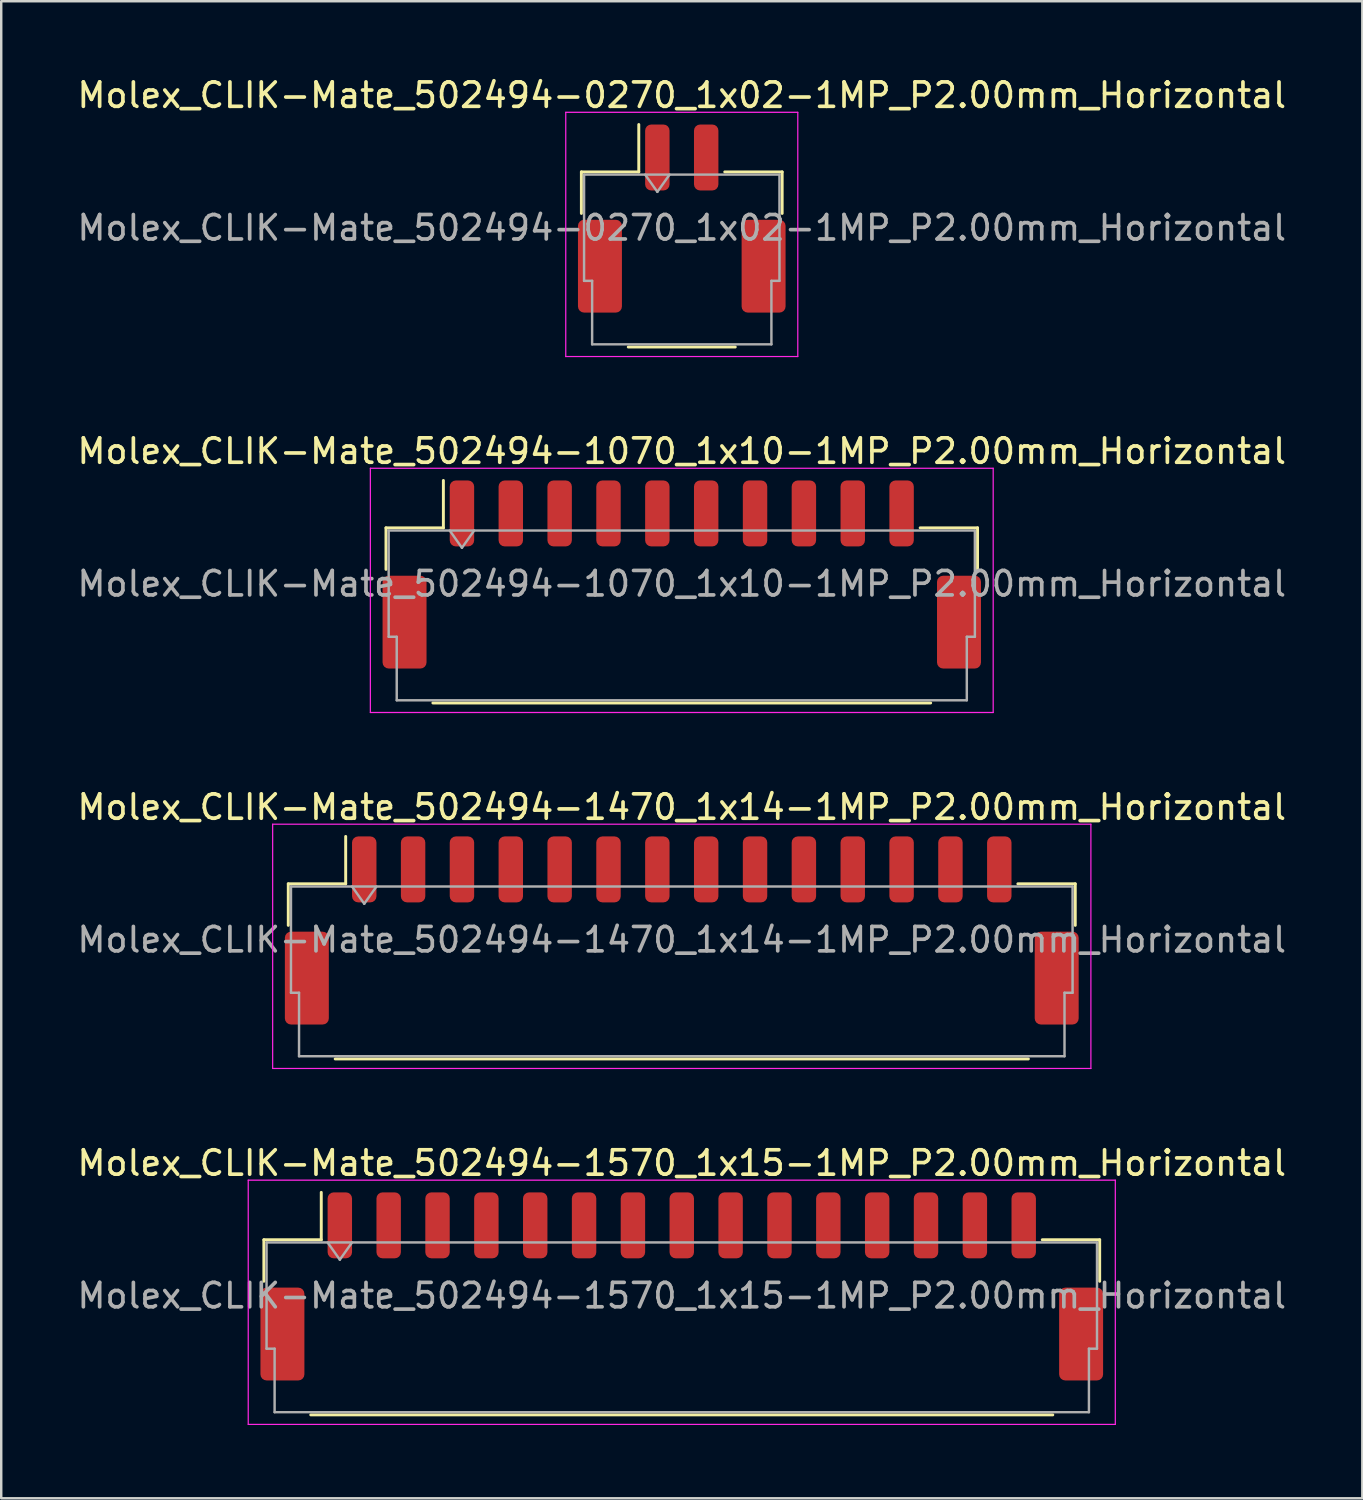
<source format=kicad_pcb>
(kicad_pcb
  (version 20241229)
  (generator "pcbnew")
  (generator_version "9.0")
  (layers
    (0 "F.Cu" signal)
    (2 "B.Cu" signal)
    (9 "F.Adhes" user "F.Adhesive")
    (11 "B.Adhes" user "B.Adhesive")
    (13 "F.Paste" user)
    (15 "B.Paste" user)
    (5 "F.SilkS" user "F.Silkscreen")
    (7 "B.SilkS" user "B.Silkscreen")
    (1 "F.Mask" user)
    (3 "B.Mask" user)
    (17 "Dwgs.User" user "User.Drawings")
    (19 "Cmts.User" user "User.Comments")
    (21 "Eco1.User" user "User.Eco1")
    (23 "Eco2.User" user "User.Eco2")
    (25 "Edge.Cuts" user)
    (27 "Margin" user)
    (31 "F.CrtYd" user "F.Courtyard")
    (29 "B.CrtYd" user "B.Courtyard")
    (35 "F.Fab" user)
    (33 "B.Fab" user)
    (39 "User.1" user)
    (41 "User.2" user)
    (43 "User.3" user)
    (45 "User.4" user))
  (footprint "Molex_CLIK-Mate_502494-1570_1x15-1MP_P2.00mm_Horizontal"
    (layer "F.Cu")
    (at 24.863 49.618)
    (property "Reference" "Molex_CLIK-Mate_502494-1570_1x15-1MP_P2.00mm_Horizontal" (at 0 -5.05 0) (layer "F.SilkS") (effects (font (size 1 1) (thickness 0.15))))
    (attr smd)
    (fp_line (start -17.11 -1.91) (end -14.76 -1.91) (stroke (width 0.12) (type solid)) (layer "F.SilkS"))
    (fp_line (start -17.11 -0.21) (end -17.11 -1.91) (stroke (width 0.12) (type solid)) (layer "F.SilkS"))
    (fp_line (start -15.19 5.26) (end 15.19 5.26) (stroke (width 0.12) (type solid)) (layer "F.SilkS"))
    (fp_line (start -14.76 -1.91) (end -14.76 -3.85) (stroke (width 0.12) (type solid)) (layer "F.SilkS"))
    (fp_line (start 17.11 -1.91) (end 14.76 -1.91) (stroke (width 0.12) (type solid)) (layer "F.SilkS"))
    (fp_line (start 17.11 -0.21) (end 17.11 -1.91) (stroke (width 0.12) (type solid)) (layer "F.SilkS"))
    (fp_line (start -17.75 -4.35) (end -17.75 5.65) (stroke (width 0.05) (type solid)) (layer "F.CrtYd"))
    (fp_line (start -17.75 5.65) (end 17.75 5.65) (stroke (width 0.05) (type solid)) (layer "F.CrtYd"))
    (fp_line (start 17.75 -4.35) (end -17.75 -4.35) (stroke (width 0.05) (type solid)) (layer "F.CrtYd"))
    (fp_line (start 17.75 5.65) (end 17.75 -4.35) (stroke (width 0.05) (type solid)) (layer "F.CrtYd"))
    (fp_line (start -17 -1.8) (end -17 2.55) (stroke (width 0.1) (type solid)) (layer "F.Fab"))
    (fp_line (start -17 -1.8) (end 17 -1.8) (stroke (width 0.1) (type solid)) (layer "F.Fab"))
    (fp_line (start -17 2.55) (end -16.67 2.55) (stroke (width 0.1) (type solid)) (layer "F.Fab"))
    (fp_line (start -16.67 2.55) (end -16.67 5.15) (stroke (width 0.1) (type solid)) (layer "F.Fab"))
    (fp_line (start -16.67 5.15) (end 16.67 5.15) (stroke (width 0.1) (type solid)) (layer "F.Fab"))
    (fp_line (start -14.5 -1.8) (end -14 -1.093) (stroke (width 0.1) (type solid)) (layer "F.Fab"))
    (fp_line (start -14 -1.093) (end -13.5 -1.8) (stroke (width 0.1) (type solid)) (layer "F.Fab"))
    (fp_line (start 16.67 2.55) (end 17 2.55) (stroke (width 0.1) (type solid)) (layer "F.Fab"))
    (fp_line (start 16.67 5.15) (end 16.67 2.55) (stroke (width 0.1) (type solid)) (layer "F.Fab"))
    (fp_line (start 17 -1.8) (end 17 2.55) (stroke (width 0.1) (type solid)) (layer "F.Fab"))
    (fp_text user "${REFERENCE}" (at 0 0.38 0) (layer "F.Fab") (effects (font (size 1 1) (thickness 0.15))))
    (pad "1" smd roundrect (at -14 -2.5) (size 1 2.7) (layers "F.Cu" "F.Mask" "F.Paste") (roundrect_rratio 0.25))
    (pad "2" smd roundrect (at -12 -2.5) (size 1 2.7) (layers "F.Cu" "F.Mask" "F.Paste") (roundrect_rratio 0.25))
    (pad "3" smd roundrect (at -10 -2.5) (size 1 2.7) (layers "F.Cu" "F.Mask" "F.Paste") (roundrect_rratio 0.25))
    (pad "4" smd roundrect (at -8 -2.5) (size 1 2.7) (layers "F.Cu" "F.Mask" "F.Paste") (roundrect_rratio 0.25))
    (pad "5" smd roundrect (at -6 -2.5) (size 1 2.7) (layers "F.Cu" "F.Mask" "F.Paste") (roundrect_rratio 0.25))
    (pad "6" smd roundrect (at -4 -2.5) (size 1 2.7) (layers "F.Cu" "F.Mask" "F.Paste") (roundrect_rratio 0.25))
    (pad "7" smd roundrect (at -2 -2.5) (size 1 2.7) (layers "F.Cu" "F.Mask" "F.Paste") (roundrect_rratio 0.25))
    (pad "8" smd roundrect (at 0 -2.5) (size 1 2.7) (layers "F.Cu" "F.Mask" "F.Paste") (roundrect_rratio 0.25))
    (pad "9" smd roundrect (at 2 -2.5) (size 1 2.7) (layers "F.Cu" "F.Mask" "F.Paste") (roundrect_rratio 0.25))
    (pad "10" smd roundrect (at 4 -2.5) (size 1 2.7) (layers "F.Cu" "F.Mask" "F.Paste") (roundrect_rratio 0.25))
    (pad "11" smd roundrect (at 6 -2.5) (size 1 2.7) (layers "F.Cu" "F.Mask" "F.Paste") (roundrect_rratio 0.25))
    (pad "12" smd roundrect (at 8 -2.5) (size 1 2.7) (layers "F.Cu" "F.Mask" "F.Paste") (roundrect_rratio 0.25))
    (pad "13" smd roundrect (at 10 -2.5) (size 1 2.7) (layers "F.Cu" "F.Mask" "F.Paste") (roundrect_rratio 0.25))
    (pad "14" smd roundrect (at 12 -2.5) (size 1 2.7) (layers "F.Cu" "F.Mask" "F.Paste") (roundrect_rratio 0.25))
    (pad "15" smd roundrect (at 14 -2.5) (size 1 2.7) (layers "F.Cu" "F.Mask" "F.Paste") (roundrect_rratio 0.25))
    (pad "MP" smd roundrect (at -16.35 1.95) (size 1.8 3.8) (layers "F.Cu" "F.Mask" "F.Paste") (roundrect_rratio 0.139))
    (pad "MP" smd roundrect (at 16.35 1.95) (size 1.8 3.8) (layers "F.Cu" "F.Mask" "F.Paste") (roundrect_rratio 0.139)))
  (footprint "Molex_CLIK-Mate_502494-0270_1x02-1MP_P2.00mm_Horizontal"
    (layer "F.Cu")
    (at 24.863 5.898)
    (property "Reference" "Molex_CLIK-Mate_502494-0270_1x02-1MP_P2.00mm_Horizontal" (at 0 -5.05 0) (layer "F.SilkS") (effects (font (size 1 1) (thickness 0.15))))
    (attr smd)
    (fp_line (start -4.11 -1.91) (end -1.76 -1.91) (stroke (width 0.12) (type solid)) (layer "F.SilkS"))
    (fp_line (start -4.11 -0.21) (end -4.11 -1.91) (stroke (width 0.12) (type solid)) (layer "F.SilkS"))
    (fp_line (start -2.19 5.26) (end 2.19 5.26) (stroke (width 0.12) (type solid)) (layer "F.SilkS"))
    (fp_line (start -1.76 -1.91) (end -1.76 -3.85) (stroke (width 0.12) (type solid)) (layer "F.SilkS"))
    (fp_line (start 4.11 -1.91) (end 1.76 -1.91) (stroke (width 0.12) (type solid)) (layer "F.SilkS"))
    (fp_line (start 4.11 -0.21) (end 4.11 -1.91) (stroke (width 0.12) (type solid)) (layer "F.SilkS"))
    (fp_line (start -4.75 -4.35) (end -4.75 5.65) (stroke (width 0.05) (type solid)) (layer "F.CrtYd"))
    (fp_line (start -4.75 5.65) (end 4.75 5.65) (stroke (width 0.05) (type solid)) (layer "F.CrtYd"))
    (fp_line (start 4.75 -4.35) (end -4.75 -4.35) (stroke (width 0.05) (type solid)) (layer "F.CrtYd"))
    (fp_line (start 4.75 5.65) (end 4.75 -4.35) (stroke (width 0.05) (type solid)) (layer "F.CrtYd"))
    (fp_line (start -4 -1.8) (end -4 2.55) (stroke (width 0.1) (type solid)) (layer "F.Fab"))
    (fp_line (start -4 -1.8) (end 4 -1.8) (stroke (width 0.1) (type solid)) (layer "F.Fab"))
    (fp_line (start -4 2.55) (end -3.67 2.55) (stroke (width 0.1) (type solid)) (layer "F.Fab"))
    (fp_line (start -3.67 2.55) (end -3.67 5.15) (stroke (width 0.1) (type solid)) (layer "F.Fab"))
    (fp_line (start -3.67 5.15) (end 3.67 5.15) (stroke (width 0.1) (type solid)) (layer "F.Fab"))
    (fp_line (start -1.5 -1.8) (end -1 -1.093) (stroke (width 0.1) (type solid)) (layer "F.Fab"))
    (fp_line (start -1 -1.093) (end -0.5 -1.8) (stroke (width 0.1) (type solid)) (layer "F.Fab"))
    (fp_line (start 3.67 2.55) (end 4 2.55) (stroke (width 0.1) (type solid)) (layer "F.Fab"))
    (fp_line (start 3.67 5.15) (end 3.67 2.55) (stroke (width 0.1) (type solid)) (layer "F.Fab"))
    (fp_line (start 4 -1.8) (end 4 2.55) (stroke (width 0.1) (type solid)) (layer "F.Fab"))
    (fp_text user "${REFERENCE}" (at 0 0.38 0) (layer "F.Fab") (effects (font (size 1 1) (thickness 0.15))))
    (pad "1" smd roundrect (at -1 -2.5) (size 1 2.7) (layers "F.Cu" "F.Mask" "F.Paste") (roundrect_rratio 0.25))
    (pad "2" smd roundrect (at 1 -2.5) (size 1 2.7) (layers "F.Cu" "F.Mask" "F.Paste") (roundrect_rratio 0.25))
    (pad "MP" smd roundrect (at -3.35 1.95) (size 1.8 3.8) (layers "F.Cu" "F.Mask" "F.Paste") (roundrect_rratio 0.139))
    (pad "MP" smd roundrect (at 3.35 1.95) (size 1.8 3.8) (layers "F.Cu" "F.Mask" "F.Paste") (roundrect_rratio 0.139)))
  (footprint "Molex_CLIK-Mate_502494-1070_1x10-1MP_P2.00mm_Horizontal"
    (layer "F.Cu")
    (at 24.863 20.471)
    (property "Reference" "Molex_CLIK-Mate_502494-1070_1x10-1MP_P2.00mm_Horizontal" (at 0 -5.05 0) (layer "F.SilkS") (effects (font (size 1 1) (thickness 0.15))))
    (attr smd)
    (fp_line (start -12.11 -1.91) (end -9.76 -1.91) (stroke (width 0.12) (type solid)) (layer "F.SilkS"))
    (fp_line (start -12.11 -0.21) (end -12.11 -1.91) (stroke (width 0.12) (type solid)) (layer "F.SilkS"))
    (fp_line (start -10.19 5.26) (end 10.19 5.26) (stroke (width 0.12) (type solid)) (layer "F.SilkS"))
    (fp_line (start -9.76 -1.91) (end -9.76 -3.85) (stroke (width 0.12) (type solid)) (layer "F.SilkS"))
    (fp_line (start 12.11 -1.91) (end 9.76 -1.91) (stroke (width 0.12) (type solid)) (layer "F.SilkS"))
    (fp_line (start 12.11 -0.21) (end 12.11 -1.91) (stroke (width 0.12) (type solid)) (layer "F.SilkS"))
    (fp_line (start -12.75 -4.35) (end -12.75 5.65) (stroke (width 0.05) (type solid)) (layer "F.CrtYd"))
    (fp_line (start -12.75 5.65) (end 12.75 5.65) (stroke (width 0.05) (type solid)) (layer "F.CrtYd"))
    (fp_line (start 12.75 -4.35) (end -12.75 -4.35) (stroke (width 0.05) (type solid)) (layer "F.CrtYd"))
    (fp_line (start 12.75 5.65) (end 12.75 -4.35) (stroke (width 0.05) (type solid)) (layer "F.CrtYd"))
    (fp_line (start -12 -1.8) (end -12 2.55) (stroke (width 0.1) (type solid)) (layer "F.Fab"))
    (fp_line (start -12 -1.8) (end 12 -1.8) (stroke (width 0.1) (type solid)) (layer "F.Fab"))
    (fp_line (start -12 2.55) (end -11.67 2.55) (stroke (width 0.1) (type solid)) (layer "F.Fab"))
    (fp_line (start -11.67 2.55) (end -11.67 5.15) (stroke (width 0.1) (type solid)) (layer "F.Fab"))
    (fp_line (start -11.67 5.15) (end 11.67 5.15) (stroke (width 0.1) (type solid)) (layer "F.Fab"))
    (fp_line (start -9.5 -1.8) (end -9 -1.093) (stroke (width 0.1) (type solid)) (layer "F.Fab"))
    (fp_line (start -9 -1.093) (end -8.5 -1.8) (stroke (width 0.1) (type solid)) (layer "F.Fab"))
    (fp_line (start 11.67 2.55) (end 12 2.55) (stroke (width 0.1) (type solid)) (layer "F.Fab"))
    (fp_line (start 11.67 5.15) (end 11.67 2.55) (stroke (width 0.1) (type solid)) (layer "F.Fab"))
    (fp_line (start 12 -1.8) (end 12 2.55) (stroke (width 0.1) (type solid)) (layer "F.Fab"))
    (fp_text user "${REFERENCE}" (at 0 0.38 0) (layer "F.Fab") (effects (font (size 1 1) (thickness 0.15))))
    (pad "1" smd roundrect (at -9 -2.5) (size 1 2.7) (layers "F.Cu" "F.Mask" "F.Paste") (roundrect_rratio 0.25))
    (pad "2" smd roundrect (at -7 -2.5) (size 1 2.7) (layers "F.Cu" "F.Mask" "F.Paste") (roundrect_rratio 0.25))
    (pad "3" smd roundrect (at -5 -2.5) (size 1 2.7) (layers "F.Cu" "F.Mask" "F.Paste") (roundrect_rratio 0.25))
    (pad "4" smd roundrect (at -3 -2.5) (size 1 2.7) (layers "F.Cu" "F.Mask" "F.Paste") (roundrect_rratio 0.25))
    (pad "5" smd roundrect (at -1 -2.5) (size 1 2.7) (layers "F.Cu" "F.Mask" "F.Paste") (roundrect_rratio 0.25))
    (pad "6" smd roundrect (at 1 -2.5) (size 1 2.7) (layers "F.Cu" "F.Mask" "F.Paste") (roundrect_rratio 0.25))
    (pad "7" smd roundrect (at 3 -2.5) (size 1 2.7) (layers "F.Cu" "F.Mask" "F.Paste") (roundrect_rratio 0.25))
    (pad "8" smd roundrect (at 5 -2.5) (size 1 2.7) (layers "F.Cu" "F.Mask" "F.Paste") (roundrect_rratio 0.25))
    (pad "9" smd roundrect (at 7 -2.5) (size 1 2.7) (layers "F.Cu" "F.Mask" "F.Paste") (roundrect_rratio 0.25))
    (pad "10" smd roundrect (at 9 -2.5) (size 1 2.7) (layers "F.Cu" "F.Mask" "F.Paste") (roundrect_rratio 0.25))
    (pad "MP" smd roundrect (at -11.35 1.95) (size 1.8 3.8) (layers "F.Cu" "F.Mask" "F.Paste") (roundrect_rratio 0.139))
    (pad "MP" smd roundrect (at 11.35 1.95) (size 1.8 3.8) (layers "F.Cu" "F.Mask" "F.Paste") (roundrect_rratio 0.139)))
  (footprint "Molex_CLIK-Mate_502494-1470_1x14-1MP_P2.00mm_Horizontal"
    (layer "F.Cu")
    (at 24.863 35.045)
    (property "Reference" "Molex_CLIK-Mate_502494-1470_1x14-1MP_P2.00mm_Horizontal" (at 0 -5.05 0) (layer "F.SilkS") (effects (font (size 1 1) (thickness 0.15))))
    (attr smd)
    (fp_line (start -16.11 -1.91) (end -13.76 -1.91) (stroke (width 0.12) (type solid)) (layer "F.SilkS"))
    (fp_line (start -16.11 -0.21) (end -16.11 -1.91) (stroke (width 0.12) (type solid)) (layer "F.SilkS"))
    (fp_line (start -14.19 5.26) (end 14.19 5.26) (stroke (width 0.12) (type solid)) (layer "F.SilkS"))
    (fp_line (start -13.76 -1.91) (end -13.76 -3.85) (stroke (width 0.12) (type solid)) (layer "F.SilkS"))
    (fp_line (start 16.11 -1.91) (end 13.76 -1.91) (stroke (width 0.12) (type solid)) (layer "F.SilkS"))
    (fp_line (start 16.11 -0.21) (end 16.11 -1.91) (stroke (width 0.12) (type solid)) (layer "F.SilkS"))
    (fp_line (start -16.75 -4.35) (end -16.75 5.65) (stroke (width 0.05) (type solid)) (layer "F.CrtYd"))
    (fp_line (start -16.75 5.65) (end 16.75 5.65) (stroke (width 0.05) (type solid)) (layer "F.CrtYd"))
    (fp_line (start 16.75 -4.35) (end -16.75 -4.35) (stroke (width 0.05) (type solid)) (layer "F.CrtYd"))
    (fp_line (start 16.75 5.65) (end 16.75 -4.35) (stroke (width 0.05) (type solid)) (layer "F.CrtYd"))
    (fp_line (start -16 -1.8) (end -16 2.55) (stroke (width 0.1) (type solid)) (layer "F.Fab"))
    (fp_line (start -16 -1.8) (end 16 -1.8) (stroke (width 0.1) (type solid)) (layer "F.Fab"))
    (fp_line (start -16 2.55) (end -15.67 2.55) (stroke (width 0.1) (type solid)) (layer "F.Fab"))
    (fp_line (start -15.67 2.55) (end -15.67 5.15) (stroke (width 0.1) (type solid)) (layer "F.Fab"))
    (fp_line (start -15.67 5.15) (end 15.67 5.15) (stroke (width 0.1) (type solid)) (layer "F.Fab"))
    (fp_line (start -13.5 -1.8) (end -13 -1.093) (stroke (width 0.1) (type solid)) (layer "F.Fab"))
    (fp_line (start -13 -1.093) (end -12.5 -1.8) (stroke (width 0.1) (type solid)) (layer "F.Fab"))
    (fp_line (start 15.67 2.55) (end 16 2.55) (stroke (width 0.1) (type solid)) (layer "F.Fab"))
    (fp_line (start 15.67 5.15) (end 15.67 2.55) (stroke (width 0.1) (type solid)) (layer "F.Fab"))
    (fp_line (start 16 -1.8) (end 16 2.55) (stroke (width 0.1) (type solid)) (layer "F.Fab"))
    (fp_text user "${REFERENCE}" (at 0 0.38 0) (layer "F.Fab") (effects (font (size 1 1) (thickness 0.15))))
    (pad "1" smd roundrect (at -13 -2.5) (size 1 2.7) (layers "F.Cu" "F.Mask" "F.Paste") (roundrect_rratio 0.25))
    (pad "2" smd roundrect (at -11 -2.5) (size 1 2.7) (layers "F.Cu" "F.Mask" "F.Paste") (roundrect_rratio 0.25))
    (pad "3" smd roundrect (at -9 -2.5) (size 1 2.7) (layers "F.Cu" "F.Mask" "F.Paste") (roundrect_rratio 0.25))
    (pad "4" smd roundrect (at -7 -2.5) (size 1 2.7) (layers "F.Cu" "F.Mask" "F.Paste") (roundrect_rratio 0.25))
    (pad "5" smd roundrect (at -5 -2.5) (size 1 2.7) (layers "F.Cu" "F.Mask" "F.Paste") (roundrect_rratio 0.25))
    (pad "6" smd roundrect (at -3 -2.5) (size 1 2.7) (layers "F.Cu" "F.Mask" "F.Paste") (roundrect_rratio 0.25))
    (pad "7" smd roundrect (at -1 -2.5) (size 1 2.7) (layers "F.Cu" "F.Mask" "F.Paste") (roundrect_rratio 0.25))
    (pad "8" smd roundrect (at 1 -2.5) (size 1 2.7) (layers "F.Cu" "F.Mask" "F.Paste") (roundrect_rratio 0.25))
    (pad "9" smd roundrect (at 3 -2.5) (size 1 2.7) (layers "F.Cu" "F.Mask" "F.Paste") (roundrect_rratio 0.25))
    (pad "10" smd roundrect (at 5 -2.5) (size 1 2.7) (layers "F.Cu" "F.Mask" "F.Paste") (roundrect_rratio 0.25))
    (pad "11" smd roundrect (at 7 -2.5) (size 1 2.7) (layers "F.Cu" "F.Mask" "F.Paste") (roundrect_rratio 0.25))
    (pad "12" smd roundrect (at 9 -2.5) (size 1 2.7) (layers "F.Cu" "F.Mask" "F.Paste") (roundrect_rratio 0.25))
    (pad "13" smd roundrect (at 11 -2.5) (size 1 2.7) (layers "F.Cu" "F.Mask" "F.Paste") (roundrect_rratio 0.25))
    (pad "14" smd roundrect (at 13 -2.5) (size 1 2.7) (layers "F.Cu" "F.Mask" "F.Paste") (roundrect_rratio 0.25))
    (pad "MP" smd roundrect (at -15.35 1.95) (size 1.8 3.8) (layers "F.Cu" "F.Mask" "F.Paste") (roundrect_rratio 0.139))
    (pad "MP" smd roundrect (at 15.35 1.95) (size 1.8 3.8) (layers "F.Cu" "F.Mask" "F.Paste") (roundrect_rratio 0.139)))
  (gr_rect
    (start -3 -3)
    (end 52.726 58.293)
    (stroke (width 0.1) (type default))
    (fill no)
    (layer "Edge.Cuts")))
</source>
